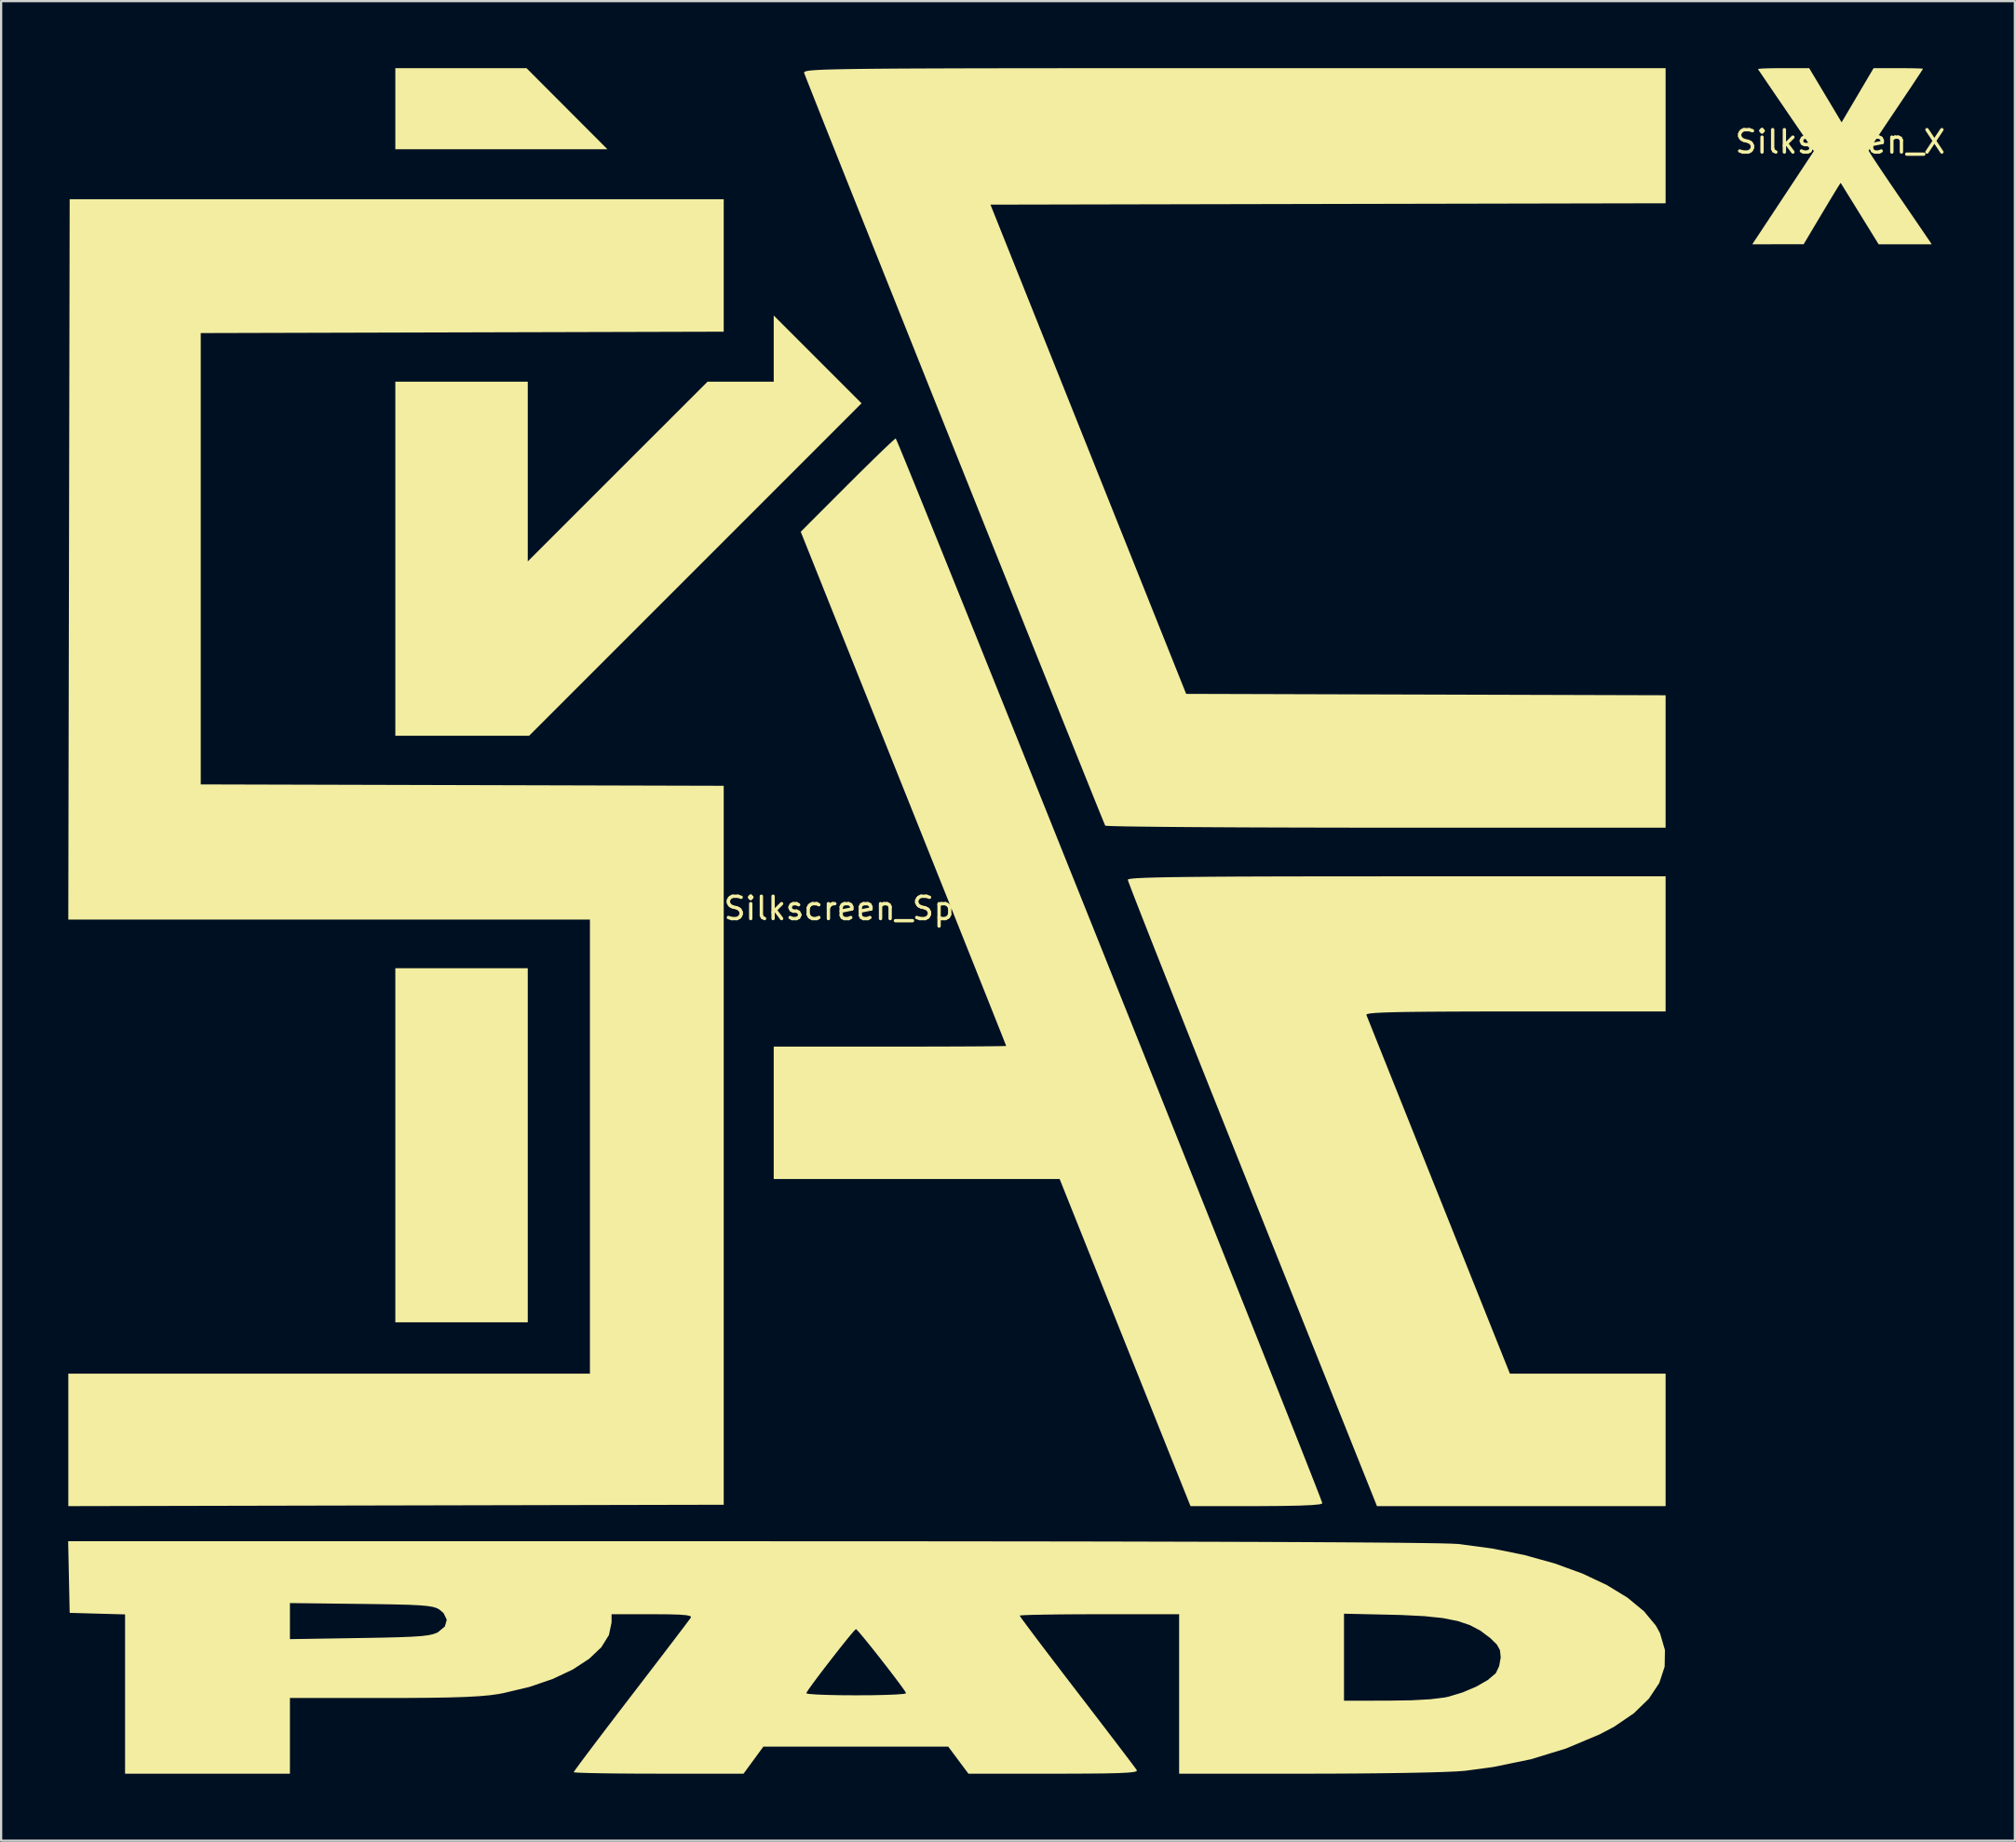
<source format=kicad_pcb>
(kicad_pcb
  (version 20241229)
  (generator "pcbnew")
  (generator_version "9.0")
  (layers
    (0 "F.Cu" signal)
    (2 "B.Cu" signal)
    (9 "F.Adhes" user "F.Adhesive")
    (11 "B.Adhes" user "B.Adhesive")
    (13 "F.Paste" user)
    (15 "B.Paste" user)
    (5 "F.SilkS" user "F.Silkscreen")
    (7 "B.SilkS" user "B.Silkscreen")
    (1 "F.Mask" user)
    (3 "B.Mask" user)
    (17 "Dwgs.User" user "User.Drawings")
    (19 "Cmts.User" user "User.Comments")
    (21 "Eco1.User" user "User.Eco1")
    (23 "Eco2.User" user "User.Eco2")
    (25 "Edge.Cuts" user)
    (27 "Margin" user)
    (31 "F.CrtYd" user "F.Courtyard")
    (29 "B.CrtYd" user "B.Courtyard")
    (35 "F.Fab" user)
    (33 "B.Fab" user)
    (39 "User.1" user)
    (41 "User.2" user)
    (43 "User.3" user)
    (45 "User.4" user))
  (footprint "Silkscreen_X"
    (layer "F.Cu")
    (at 79.305 3.798)
    (property "Reference" "Silkscreen_X" (at 0 -0.5 0) (unlocked yes) (layer "F.SilkS") (effects (font (size 1 1) (thickness 0.15))))
    (fp_poly (pts (xy -0.664 -2.586) (xy 0.061 -1.374) (xy 0.532 -2.171) (xy 0.699 -2.453) (xy 0.869 -2.741) (xy 1.028 -3.011) (xy 1.163 -3.24) (xy 1.247 -3.383) (xy 1.493 -3.798) (xy 2.598 -3.798) (xy 2.91 -3.797) (xy 3.189 -3.794) (xy 3.42 -3.789) (xy 3.59 -3.783) (xy 3.686 -3.775) (xy 3.703 -3.77) (xy 3.677 -3.726) (xy 3.604 -3.612) (xy 3.488 -3.435) (xy 3.334 -3.202) (xy 3.149 -2.923) (xy 2.936 -2.606) (xy 2.702 -2.257) (xy 2.494 -1.947) (xy 2.246 -1.578) (xy 2.014 -1.232) (xy 1.804 -0.918) (xy 1.622 -0.644) (xy 1.472 -0.418) (xy 1.36 -0.248) (xy 1.292 -0.142) (xy 1.271 -0.108) (xy 1.295 -0.061) (xy 1.367 0.056) (xy 1.483 0.236) (xy 1.638 0.471) (xy 1.827 0.754) (xy 2.044 1.076) (xy 2.284 1.431) (xy 2.543 1.81) (xy 2.587 1.876) (xy 2.853 2.262) (xy 3.104 2.629) (xy 3.335 2.967) (xy 3.541 3.269) (xy 3.716 3.525) (xy 3.855 3.729) (xy 3.953 3.872) (xy 4.002 3.946) (xy 4.005 3.949) (xy 4.092 4.083) (xy 1.718 4.083) (xy 0.875 2.718) (xy 0.675 2.394) (xy 0.491 2.097) (xy 0.329 1.836) (xy 0.196 1.62) (xy 0.096 1.458) (xy 0.035 1.362) (xy 0.02 1.337) (xy -0.007 1.372) (xy -0.076 1.48) (xy -0.182 1.651) (xy -0.319 1.876) (xy -0.482 2.146) (xy -0.665 2.451) (xy -0.815 2.701) (xy -1.638 4.082) (xy -3.936 4.083) (xy -2.558 1.998) (xy -1.18 -0.087) (xy -2.415 -1.895) (xy -2.668 -2.266) (xy -2.905 -2.612) (xy -3.12 -2.927) (xy -3.307 -3.203) (xy -3.463 -3.431) (xy -3.58 -3.604) (xy -3.655 -3.714) (xy -3.68 -3.751) (xy -3.644 -3.767) (xy -3.515 -3.78) (xy -3.295 -3.79) (xy -2.987 -3.796) (xy -2.592 -3.798) (xy -2.549 -3.798) (xy -1.389 -3.798)) (stroke (width 0) (type solid)) (fill yes) (layer "F.SilkS")))
  (footprint "Silkscreen_Spacc"
    (layer "F.Cu")
    (at 35.809 38.1)
    (property "Reference" "Silkscreen_Spacc" (at 0 -0.5 0) (unlocked yes) (layer "F.SilkS") (effects (font (size 1 1) (thickness 0.15))))
    (fp_poly (pts (xy -15.24 18.022) (xy -21.167 18.022) (xy -21.167 2.177) (xy -15.24 2.177)) (stroke (width 0) (type solid)) (fill yes) (layer "F.SilkS"))
    (fp_poly (pts (xy -11.675 -34.471) (xy -21.167 -34.471) (xy -21.167 -38.1) (xy -15.297 -38.1)) (stroke (width 0) (type solid)) (fill yes) (layer "F.SilkS"))
    (fp_poly (pts (xy -2.268 -25.067) (xy -0.303 -23.102) (xy -7.741 -15.663) (xy -15.179 -8.225) (xy -21.167 -8.225) (xy -21.167 -24.07) (xy -15.24 -24.07) (xy -15.24 -16.028) (xy -11.218 -20.049) (xy -7.195 -24.07) (xy -4.233 -24.07) (xy -4.233 -27.032)) (stroke (width 0) (type solid)) (fill yes) (layer "F.SilkS"))
    (fp_poly (pts (xy -6.471 -26.307) (xy -18.173 -26.276) (xy -29.875 -26.245) (xy -29.875 -6.049) (xy -18.173 -6.018) (xy -6.471 -5.987) (xy -6.471 26.186) (xy -21.136 26.217) (xy -35.802 26.248) (xy -35.802 20.32) (xy -12.458 20.32) (xy -12.458 0) (xy -35.803 0) (xy -35.772 -16.117) (xy -35.741 -32.234) (xy -6.471 -32.234)) (stroke (width 0) (type solid)) (fill yes) (layer "F.SilkS"))
    (fp_poly (pts (xy 35.681 4.112) (xy 28.955 4.112) (xy 27.458 4.113) (xy 26.186 4.117) (xy 25.126 4.123) (xy 24.26 4.132) (xy 23.574 4.144) (xy 23.052 4.16) (xy 22.678 4.18) (xy 22.437 4.204) (xy 22.314 4.233) (xy 22.289 4.264) (xy 22.343 4.398) (xy 22.479 4.739) (xy 22.691 5.269) (xy 22.97 5.967) (xy 23.31 6.817) (xy 23.704 7.8) (xy 24.143 8.898) (xy 24.62 10.092) (xy 25.129 11.364) (xy 25.531 12.367) (xy 28.713 20.32) (xy 35.681 20.32) (xy 35.681 26.247) (xy 22.763 26.247) (xy 17.187 12.307) (xy 16.487 10.554) (xy 15.812 8.863) (xy 15.167 7.247) (xy 14.559 5.719) (xy 13.993 4.293) (xy 13.474 2.984) (xy 13.007 1.804) (xy 12.598 0.768) (xy 12.252 -0.112) (xy 11.975 -0.82) (xy 11.773 -1.344) (xy 11.65 -1.67) (xy 11.611 -1.784) (xy 11.656 -1.81) (xy 11.798 -1.833) (xy 12.048 -1.853) (xy 12.42 -1.87) (xy 12.924 -1.885) (xy 13.572 -1.898) (xy 14.377 -1.908) (xy 15.349 -1.917) (xy 16.502 -1.924) (xy 17.847 -1.929) (xy 19.395 -1.932) (xy 21.158 -1.934) (xy 23.149 -1.935) (xy 23.646 -1.935) (xy 35.681 -1.935)) (stroke (width 0) (type solid)) (fill yes) (layer "F.SilkS"))
    (fp_poly (pts (xy 35.681 -32.053) (xy 20.574 -32.023) (xy 5.467 -31.992) (xy 9.846 -21.046) (xy 14.224 -10.1) (xy 24.953 -10.069) (xy 35.681 -10.038) (xy 35.681 -4.112) (xy 23.17 -4.112) (xy 21.451 -4.113) (xy 19.801 -4.116) (xy 18.235 -4.12) (xy 16.771 -4.125) (xy 15.423 -4.132) (xy 14.208 -4.14) (xy 13.142 -4.149) (xy 12.241 -4.159) (xy 11.521 -4.169) (xy 10.997 -4.181) (xy 10.687 -4.193) (xy 10.602 -4.203) (xy 10.55 -4.327) (xy 10.414 -4.66) (xy 10.2 -5.188) (xy 9.915 -5.895) (xy 9.564 -6.767) (xy 9.154 -7.788) (xy 8.69 -8.943) (xy 8.179 -10.217) (xy 7.626 -11.596) (xy 7.038 -13.063) (xy 6.421 -14.605) (xy 5.78 -16.205) (xy 5.122 -17.849) (xy 4.453 -19.521) (xy 3.778 -21.208) (xy 3.104 -22.893) (xy 2.437 -24.561) (xy 1.783 -26.198) (xy 1.148 -27.788) (xy 0.537 -29.316) (xy -0.042 -30.768) (xy -0.585 -32.127) (xy -1.085 -33.38) (xy -1.535 -34.511) (xy -1.931 -35.504) (xy -2.265 -36.346) (xy -2.532 -37.02) (xy -2.726 -37.512) (xy -2.841 -37.806) (xy -2.872 -37.888) (xy -2.871 -37.916) (xy -2.845 -37.941) (xy -2.782 -37.964) (xy -2.673 -37.985) (xy -2.505 -38.003) (xy -2.267 -38.019) (xy -1.95 -38.034) (xy -1.541 -38.046) (xy -1.031 -38.057) (xy -0.407 -38.066) (xy 0.341 -38.074) (xy 1.224 -38.081) (xy 2.252 -38.086) (xy 3.438 -38.09) (xy 4.792 -38.094) (xy 6.324 -38.096) (xy 8.047 -38.098) (xy 9.97 -38.099) (xy 12.105 -38.1) (xy 14.462 -38.1) (xy 16.375 -38.1) (xy 35.681 -38.1)) (stroke (width 0) (type solid)) (fill yes) (layer "F.SilkS"))
    (fp_poly (pts (xy 1.277 -21.419) (xy 1.413 -21.097) (xy 1.628 -20.575) (xy 1.918 -19.866) (xy 2.277 -18.983) (xy 2.7 -17.939) (xy 3.183 -16.745) (xy 3.72 -15.414) (xy 4.307 -13.96) (xy 4.937 -12.395) (xy 5.607 -10.73) (xy 6.311 -8.98) (xy 7.044 -7.156) (xy 7.801 -5.271) (xy 8.576 -3.338) (xy 9.366 -1.369) (xy 10.165 0.623) (xy 10.967 2.626) (xy 11.769 4.626) (xy 12.564 6.612) (xy 13.347 8.571) (xy 14.115 10.49) (xy 14.861 12.356) (xy 15.58 14.157) (xy 16.268 15.881) (xy 16.919 17.514) (xy 17.529 19.045) (xy 18.092 20.46) (xy 18.604 21.747) (xy 19.058 22.894) (xy 19.451 23.887) (xy 19.777 24.715) (xy 20.032 25.364) (xy 20.209 25.822) (xy 20.304 26.076) (xy 20.32 26.126) (xy 20.201 26.167) (xy 19.851 26.2) (xy 19.28 26.225) (xy 18.5 26.24) (xy 17.522 26.247) (xy 17.369 26.247) (xy 14.418 26.247) (xy 11.49 18.929) (xy 8.563 11.611) (xy -4.233 11.611) (xy -4.233 5.685) (xy 0.968 5.685) (xy 2.063 5.684) (xy 3.08 5.682) (xy 3.994 5.679) (xy 4.779 5.675) (xy 5.413 5.67) (xy 5.869 5.664) (xy 6.123 5.658) (xy 6.169 5.653) (xy 6.125 5.539) (xy 5.997 5.215) (xy 5.791 4.697) (xy 5.513 3.998) (xy 5.169 3.135) (xy 4.765 2.122) (xy 4.306 0.973) (xy 3.8 -0.295) (xy 3.251 -1.669) (xy 2.665 -3.133) (xy 2.05 -4.673) (xy 1.572 -5.866) (xy -3.024 -17.354) (xy -0.939 -19.442) (xy -0.358 -20.02) (xy 0.168 -20.537) (xy 0.613 -20.97) (xy 0.954 -21.293) (xy 1.166 -21.486) (xy 1.226 -21.53)) (stroke (width 0) (type solid)) (fill yes) (layer "F.SilkS"))
    (fp_poly (pts (xy -1.779 27.82) (xy 1.585 27.821) (xy 4.749 27.824) (xy 7.71 27.827) (xy 10.466 27.831) (xy 13.014 27.837) (xy 15.351 27.843) (xy 17.472 27.85) (xy 19.377 27.858) (xy 21.061 27.867) (xy 22.521 27.877) (xy 23.756 27.888) (xy 24.76 27.9) (xy 25.532 27.912) (xy 26.069 27.926) (xy 26.366 27.94) (xy 26.385 27.941) (xy 27.913 28.143) (xy 29.365 28.437) (xy 30.719 28.814) (xy 31.953 29.263) (xy 33.044 29.776) (xy 33.972 30.342) (xy 34.713 30.952) (xy 35.246 31.597) (xy 35.429 31.931) (xy 35.651 32.686) (xy 35.638 33.434) (xy 35.397 34.163) (xy 34.935 34.862) (xy 34.26 35.518) (xy 33.377 36.12) (xy 32.725 36.464) (xy 31.224 37.094) (xy 29.656 37.575) (xy 27.964 37.923) (xy 26.705 38.092) (xy 26.329 38.12) (xy 25.739 38.145) (xy 24.963 38.168) (xy 24.031 38.187) (xy 22.969 38.202) (xy 21.806 38.213) (xy 20.57 38.22) (xy 19.72 38.221) (xy 13.91 38.221) (xy 13.91 34.955) (xy 21.288 34.955) (xy 23.253 34.953) (xy 24.302 34.937) (xy 25.15 34.89) (xy 25.782 34.813) (xy 25.958 34.777) (xy 26.6 34.583) (xy 27.209 34.324) (xy 27.72 34.031) (xy 28.065 33.74) (xy 28.089 33.711) (xy 28.232 33.406) (xy 28.3 33.027) (xy 28.3 32.999) (xy 28.268 32.696) (xy 28.135 32.449) (xy 27.851 32.168) (xy 27.816 32.138) (xy 27.39 31.82) (xy 26.922 31.573) (xy 26.374 31.389) (xy 25.71 31.258) (xy 24.891 31.172) (xy 23.881 31.121) (xy 23.495 31.111) (xy 21.288 31.062) (xy 21.288 34.955) (xy 13.91 34.955) (xy 13.91 31.085) (xy 10.341 31.085) (xy 9.44 31.087) (xy 8.623 31.093) (xy 7.919 31.102) (xy 7.358 31.113) (xy 6.97 31.127) (xy 6.785 31.143) (xy 6.773 31.148) (xy 6.844 31.255) (xy 7.047 31.532) (xy 7.363 31.955) (xy 7.777 32.504) (xy 8.272 33.155) (xy 8.831 33.886) (xy 9.352 34.565) (xy 9.957 35.353) (xy 10.517 36.084) (xy 11.014 36.734) (xy 11.43 37.281) (xy 11.749 37.702) (xy 11.952 37.974) (xy 12.02 38.07) (xy 12 38.113) (xy 11.867 38.148) (xy 11.603 38.175) (xy 11.187 38.195) (xy 10.598 38.209) (xy 9.818 38.217) (xy 8.824 38.221) (xy 8.295 38.221) (xy 4.48 38.221) (xy 3.577 37.011) (xy -4.697 37.011) (xy -5.584 38.221) (xy -9.384 38.221) (xy -10.315 38.219) (xy -11.164 38.213) (xy -11.9 38.204) (xy -12.497 38.192) (xy -12.924 38.178) (xy -13.153 38.163) (xy -13.184 38.154) (xy -13.113 38.046) (xy -12.911 37.769) (xy -12.594 37.344) (xy -12.18 36.795) (xy -11.685 36.143) (xy -11.127 35.411) (xy -10.604 34.73) (xy -10.522 34.623) (xy -2.779 34.623) (xy -2.665 34.651) (xy -2.347 34.676) (xy -1.862 34.696) (xy -1.249 34.709) (xy -0.544 34.713) (xy 0.161 34.709) (xy 0.775 34.696) (xy 1.26 34.676) (xy 1.578 34.651) (xy 1.692 34.623) (xy 1.622 34.502) (xy 1.432 34.237) (xy 1.155 33.868) (xy 0.824 33.435) (xy 0.469 32.98) (xy 0.123 32.544) (xy -0.182 32.168) (xy -0.414 31.891) (xy -0.541 31.757) (xy -0.553 31.75) (xy -0.646 31.84) (xy -0.852 32.083) (xy -1.139 32.438) (xy -1.474 32.863) (xy -1.827 33.317) (xy -2.166 33.76) (xy -2.457 34.15) (xy -2.671 34.447) (xy -2.774 34.608) (xy -2.779 34.623) (xy -10.522 34.623) (xy -9.999 33.941) (xy -9.44 33.211) (xy -8.943 32.561) (xy -8.527 32.014) (xy -8.208 31.594) (xy -8.005 31.323) (xy -7.936 31.228) (xy -7.962 31.17) (xy -8.136 31.129) (xy -8.485 31.102) (xy -9.03 31.088) (xy -9.669 31.085) (xy -11.49 31.085) (xy -11.49 31.454) (xy -11.608 32.017) (xy -11.948 32.563) (xy -12.492 33.08) (xy -13.22 33.556) (xy -14.112 33.978) (xy -15.15 34.334) (xy -16.314 34.612) (xy -16.556 34.657) (xy -16.936 34.71) (xy -17.412 34.753) (xy -18.011 34.786) (xy -18.758 34.81) (xy -19.678 34.825) (xy -20.796 34.833) (xy -21.727 34.834) (xy -25.884 34.834) (xy -25.884 38.221) (xy -33.262 38.221) (xy -33.262 32.2) (xy -25.884 32.2) (xy -22.769 32.151) (xy -21.792 32.134) (xy -21.026 32.115) (xy -20.442 32.092) (xy -20.008 32.063) (xy -19.694 32.025) (xy -19.47 31.976) (xy -19.305 31.915) (xy -19.262 31.893) (xy -18.95 31.633) (xy -18.865 31.332) (xy -19.01 31.032) (xy -19.196 30.876) (xy -19.319 30.81) (xy -19.486 30.758) (xy -19.726 30.718) (xy -20.068 30.687) (xy -20.542 30.664) (xy -21.179 30.647) (xy -22.007 30.633) (xy -22.703 30.624) (xy -25.884 30.586) (xy -25.884 32.2) (xy -33.262 32.2) (xy -33.262 31.093) (xy -34.502 31.059) (xy -35.741 31.024) (xy -35.775 29.422) (xy -35.809 27.819) (xy -5.338 27.819)) (stroke (width 0) (type solid)) (fill yes) (layer "F.SilkS")))
  (gr_rect
    (start -3 -3)
    (end 87.121 79.321)
    (stroke (width 0.1) (type default))
    (fill no)
    (layer "Edge.Cuts")))
</source>
